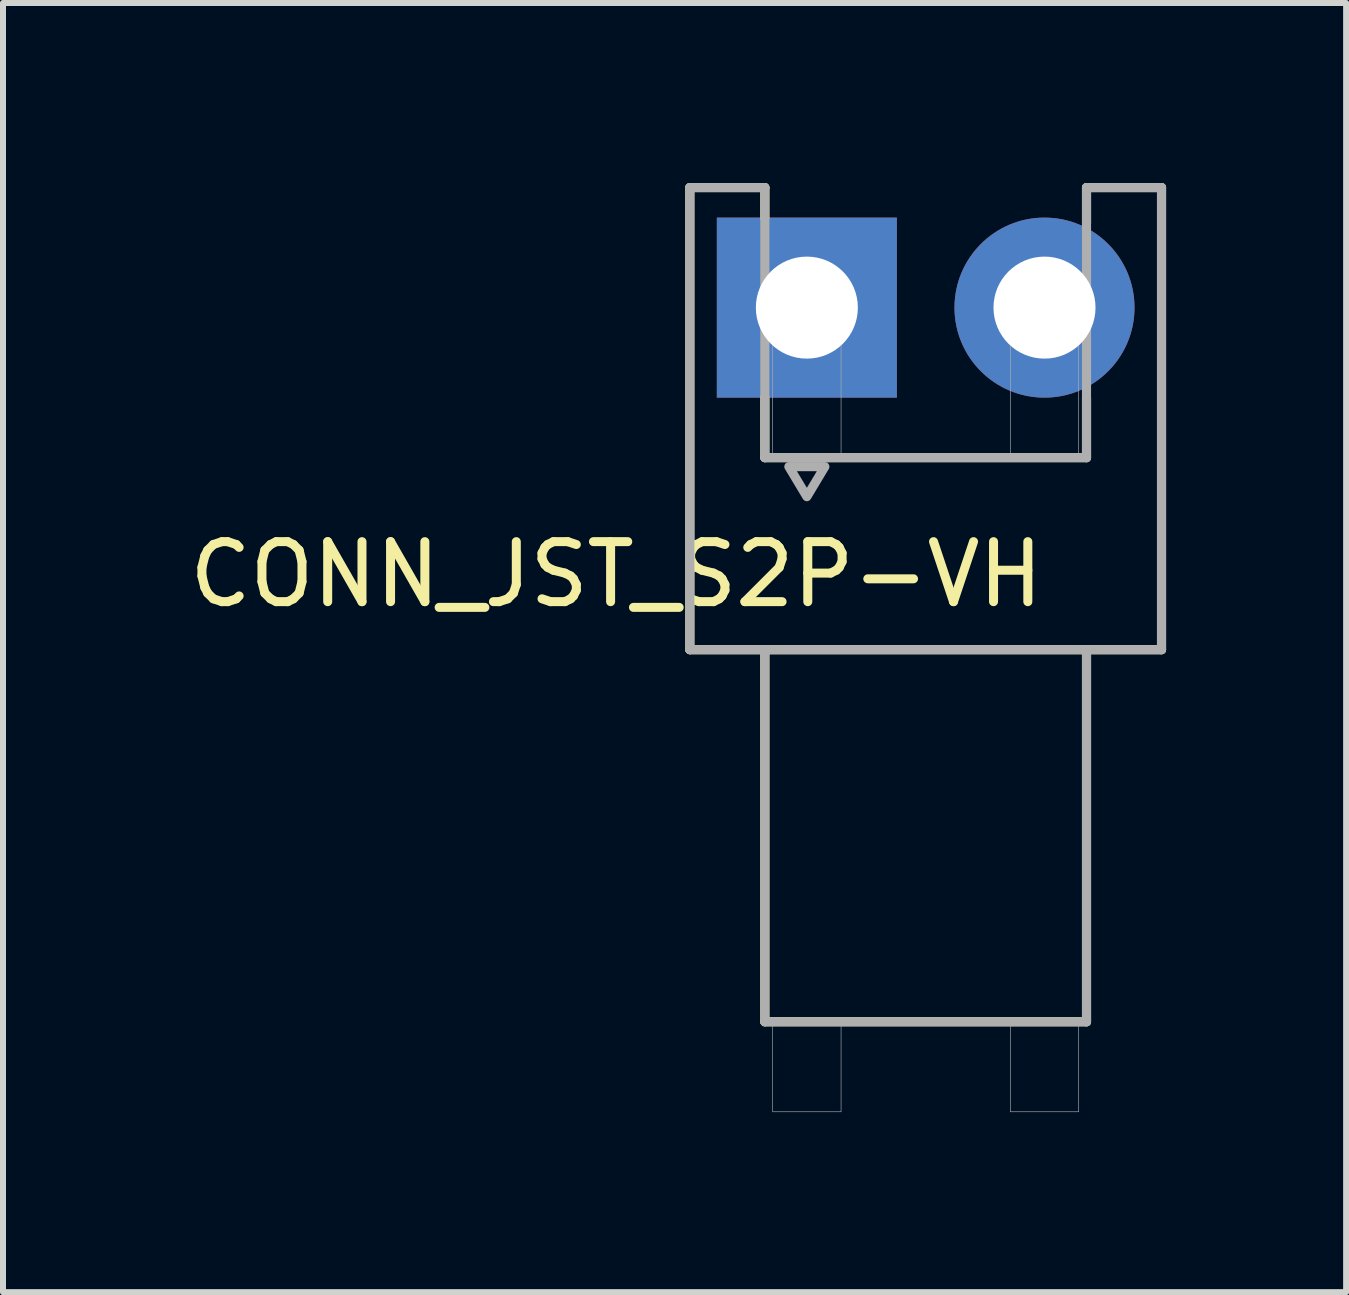
<source format=kicad_pcb>
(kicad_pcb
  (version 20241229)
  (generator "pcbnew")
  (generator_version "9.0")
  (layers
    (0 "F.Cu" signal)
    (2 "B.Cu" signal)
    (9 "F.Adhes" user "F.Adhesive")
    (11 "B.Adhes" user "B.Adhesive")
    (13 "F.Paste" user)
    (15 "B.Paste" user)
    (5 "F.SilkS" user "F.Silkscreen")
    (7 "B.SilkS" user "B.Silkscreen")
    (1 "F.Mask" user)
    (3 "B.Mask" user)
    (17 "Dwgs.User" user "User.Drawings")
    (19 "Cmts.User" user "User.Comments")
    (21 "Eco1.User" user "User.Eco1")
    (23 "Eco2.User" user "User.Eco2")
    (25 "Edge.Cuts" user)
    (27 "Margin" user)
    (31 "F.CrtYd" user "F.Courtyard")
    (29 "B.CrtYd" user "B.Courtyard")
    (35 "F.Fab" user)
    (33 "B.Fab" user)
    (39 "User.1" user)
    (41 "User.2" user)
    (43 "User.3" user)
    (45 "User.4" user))
  (footprint "CONN_JST_S2P-VH"
    (layer "F.Cu")
    (at 12.375 2.076)
    (property "Reference" "CONN_JST_S2P-VH" (at -5.155 4.445 180) (layer "F.SilkS") (effects (font (size 1 1) (thickness 0.15))))
    (attr through_hole)
    (fp_line (start -3.93 -2) (end -3.93 5.7) (stroke (width 0.152) (type solid)) (layer "F.SilkS"))
    (fp_line (start -3.93 5.7) (end -2.68 5.7) (stroke (width 0.152) (type solid)) (layer "F.SilkS"))
    (fp_line (start -2.68 -2) (end -3.93 -2) (stroke (width 0.152) (type solid)) (layer "F.SilkS"))
    (fp_line (start -2.68 -1.5) (end -2.68 -2) (stroke (width 0.152) (type solid)) (layer "F.SilkS"))
    (fp_line (start -2.68 2.5) (end -2.68 1.5) (stroke (width 0.152) (type solid)) (layer "F.SilkS"))
    (fp_line (start -2.68 5.7) (end 2.68 5.7) (stroke (width 0.152) (type solid)) (layer "F.SilkS"))
    (fp_line (start -2.68 11.9) (end -2.68 5.7) (stroke (width 0.152) (type solid)) (layer "F.SilkS"))
    (fp_line (start -2.68 11.9) (end 2.68 11.9) (stroke (width 0.152) (type solid)) (layer "F.SilkS"))
    (fp_line (start 2.68 -2) (end 2.68 -1.4) (stroke (width 0.152) (type solid)) (layer "F.SilkS"))
    (fp_line (start 2.68 1.5) (end 2.68 2.5) (stroke (width 0.152) (type solid)) (layer "F.SilkS"))
    (fp_line (start 2.68 2.5) (end -2.68 2.5) (stroke (width 0.152) (type solid)) (layer "F.SilkS"))
    (fp_line (start 2.68 5.7) (end 3.93 5.7) (stroke (width 0.152) (type solid)) (layer "F.SilkS"))
    (fp_line (start 2.68 11.9) (end 2.68 5.7) (stroke (width 0.152) (type solid)) (layer "F.SilkS"))
    (fp_line (start 3.93 -2) (end 2.68 -2) (stroke (width 0.152) (type solid)) (layer "F.SilkS"))
    (fp_line (start 3.93 5.7) (end 3.93 -2) (stroke (width 0.152) (type solid)) (layer "F.SilkS"))
    (fp_line (start -3.93 -2) (end -3.93 5.7) (stroke (width 0.152) (type solid)) (layer "F.Fab"))
    (fp_line (start -3.93 5.7) (end -2.68 5.7) (stroke (width 0.152) (type solid)) (layer "F.Fab"))
    (fp_line (start -2.68 -2) (end -3.93 -2) (stroke (width 0.152) (type solid)) (layer "F.Fab"))
    (fp_line (start -2.68 2.5) (end -2.68 -2) (stroke (width 0.152) (type solid)) (layer "F.Fab"))
    (fp_line (start -2.68 5.7) (end 2.68 5.7) (stroke (width 0.152) (type solid)) (layer "F.Fab"))
    (fp_line (start -2.68 11.9) (end -2.68 5.7) (stroke (width 0.152) (type solid)) (layer "F.Fab"))
    (fp_line (start -2.68 11.9) (end 2.68 11.9) (stroke (width 0.152) (type solid)) (layer "F.Fab"))
    (fp_line (start 2.68 -2) (end 2.68 2.5) (stroke (width 0.152) (type solid)) (layer "F.Fab"))
    (fp_line (start 2.68 2.5) (end -2.68 2.5) (stroke (width 0.152) (type solid)) (layer "F.Fab"))
    (fp_line (start 2.68 5.7) (end 3.93 5.7) (stroke (width 0.152) (type solid)) (layer "F.Fab"))
    (fp_line (start 2.68 11.9) (end 2.68 5.7) (stroke (width 0.152) (type solid)) (layer "F.Fab"))
    (fp_line (start 3.93 -2) (end 2.68 -2) (stroke (width 0.152) (type solid)) (layer "F.Fab"))
    (fp_line (start 3.93 5.7) (end 3.93 -2) (stroke (width 0.152) (type solid)) (layer "F.Fab"))
    (fp_poly (pts (xy -1.98 3.15) (xy -2.28 2.65) (xy -1.68 2.65)) (stroke (width 0.152) (type solid)) (fill no) (layer "F.Fab"))
    (fp_poly (pts (xy -2.55 -0.57) (xy -1.41 -0.57) (xy -1.41 2.5) (xy -2.55 2.5)) (stroke (width 0.01) (type solid)) (fill no) (layer "F.Fab"))
    (fp_poly (pts (xy -2.55 11.9) (xy -1.41 11.9) (xy -1.41 13.4) (xy -2.55 13.4)) (stroke (width 0.01) (type solid)) (fill no) (layer "F.Fab"))
    (fp_poly (pts (xy 1.41 -0.57) (xy 2.55 -0.57) (xy 2.55 2.5) (xy 1.41 2.5)) (stroke (width 0.01) (type solid)) (fill no) (layer "F.Fab"))
    (fp_poly (pts (xy 1.41 11.9) (xy 2.55 11.9) (xy 2.55 13.4) (xy 1.41 13.4)) (stroke (width 0.01) (type solid)) (fill no) (layer "F.Fab"))
    (pad "1" thru_hole rect (at -1.98 0) (size 3 3) (drill 1.7) (layers "*.Cu" "*.Mask"))
    (pad "2" thru_hole circle (at 1.98 0) (size 3 3) (drill 1.7) (layers "*.Cu" "*.Mask")))
  (gr_rect
    (start -3 -3)
    (end 19.381 18.481)
    (stroke (width 0.1) (type default))
    (fill no)
    (layer "Edge.Cuts")))
</source>
